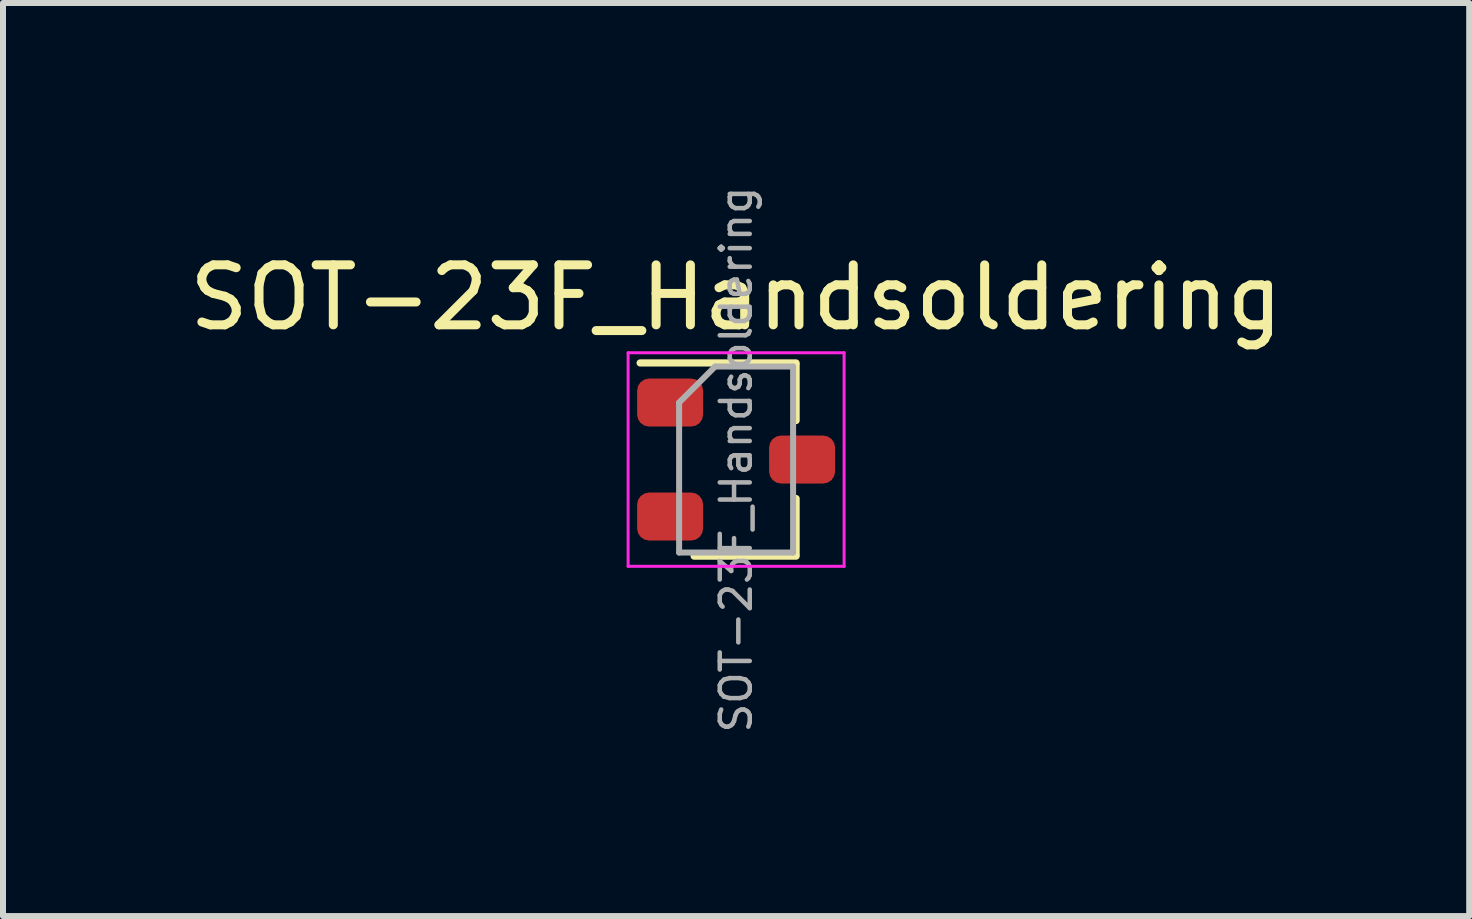
<source format=kicad_pcb>
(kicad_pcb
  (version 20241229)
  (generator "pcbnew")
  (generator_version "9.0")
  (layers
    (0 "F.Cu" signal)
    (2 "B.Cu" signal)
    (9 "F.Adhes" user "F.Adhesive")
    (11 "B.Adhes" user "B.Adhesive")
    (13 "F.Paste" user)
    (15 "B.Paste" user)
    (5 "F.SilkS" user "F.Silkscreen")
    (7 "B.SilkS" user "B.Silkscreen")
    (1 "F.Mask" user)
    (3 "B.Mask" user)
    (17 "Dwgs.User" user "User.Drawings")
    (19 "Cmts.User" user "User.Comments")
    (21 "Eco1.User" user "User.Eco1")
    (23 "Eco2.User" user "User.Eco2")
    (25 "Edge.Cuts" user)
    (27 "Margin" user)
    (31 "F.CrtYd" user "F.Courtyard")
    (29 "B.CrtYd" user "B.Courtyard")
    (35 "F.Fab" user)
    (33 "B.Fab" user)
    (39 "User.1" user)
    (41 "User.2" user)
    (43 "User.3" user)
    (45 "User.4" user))
  (footprint "SOT-23F_Handsoldering"
    (layer "F.Cu")
    (at 9.22 4.61)
    (property "Reference" "SOT-23F_Handsoldering" (at 0 -2.7 0) (layer "F.SilkS") (effects (font (size 1 1) (thickness 0.15))))
    (attr smd)
    (fp_line (start 1 -1.61) (end -1.6 -1.61) (stroke (width 0.12) (type solid)) (layer "F.SilkS"))
    (fp_line (start 1 -1.58) (end 1 -0.65) (stroke (width 0.12) (type solid)) (layer "F.SilkS"))
    (fp_line (start 1 1.58) (end 1 0.65) (stroke (width 0.12) (type solid)) (layer "F.SilkS"))
    (fp_line (start 1 1.61) (end -0.7 1.61) (stroke (width 0.12) (type solid)) (layer "F.SilkS"))
    (fp_line (start -1.8 -1.78) (end 1.8 -1.78) (stroke (width 0.05) (type solid)) (layer "F.CrtYd"))
    (fp_line (start -1.8 1.78) (end -1.8 -1.78) (stroke (width 0.05) (type solid)) (layer "F.CrtYd"))
    (fp_line (start 1.8 -1.78) (end 1.8 1.78) (stroke (width 0.05) (type solid)) (layer "F.CrtYd"))
    (fp_line (start 1.8 1.78) (end -1.8 1.78) (stroke (width 0.05) (type solid)) (layer "F.CrtYd"))
    (fp_line (start -0.95 -0.95) (end -0.95 1.55) (stroke (width 0.1) (type solid)) (layer "F.Fab"))
    (fp_line (start -0.95 -0.95) (end -0.35 -1.55) (stroke (width 0.1) (type solid)) (layer "F.Fab"))
    (fp_line (start -0.95 1.55) (end 0.95 1.55) (stroke (width 0.1) (type solid)) (layer "F.Fab"))
    (fp_line (start -0.35 -1.55) (end 0.95 -1.55) (stroke (width 0.1) (type solid)) (layer "F.Fab"))
    (fp_line (start 0.95 -1.55) (end 0.95 1.55) (stroke (width 0.1) (type solid)) (layer "F.Fab"))
    (fp_text user "${REFERENCE}" (at 0 0 90) (layer "F.Fab") (effects (font (size 0.5 0.5) (thickness 0.075))))
    (pad "1" smd roundrect (at -1.1 -0.95) (size 1.1 0.8) (layers "F.Cu" "F.Mask" "F.Paste") (roundrect_rratio 0.25))
    (pad "2" smd roundrect (at -1.1 0.95) (size 1.1 0.8) (layers "F.Cu" "F.Mask" "F.Paste") (roundrect_rratio 0.25))
    (pad "3" smd roundrect (at 1.1 0) (size 1.1 0.8) (layers "F.Cu" "F.Mask" "F.Paste") (roundrect_rratio 0.25)))
  (gr_rect
    (start -3 -3)
    (end 21.44 12.22)
    (stroke (width 0.1) (type default))
    (fill no)
    (layer "Edge.Cuts")))
</source>
